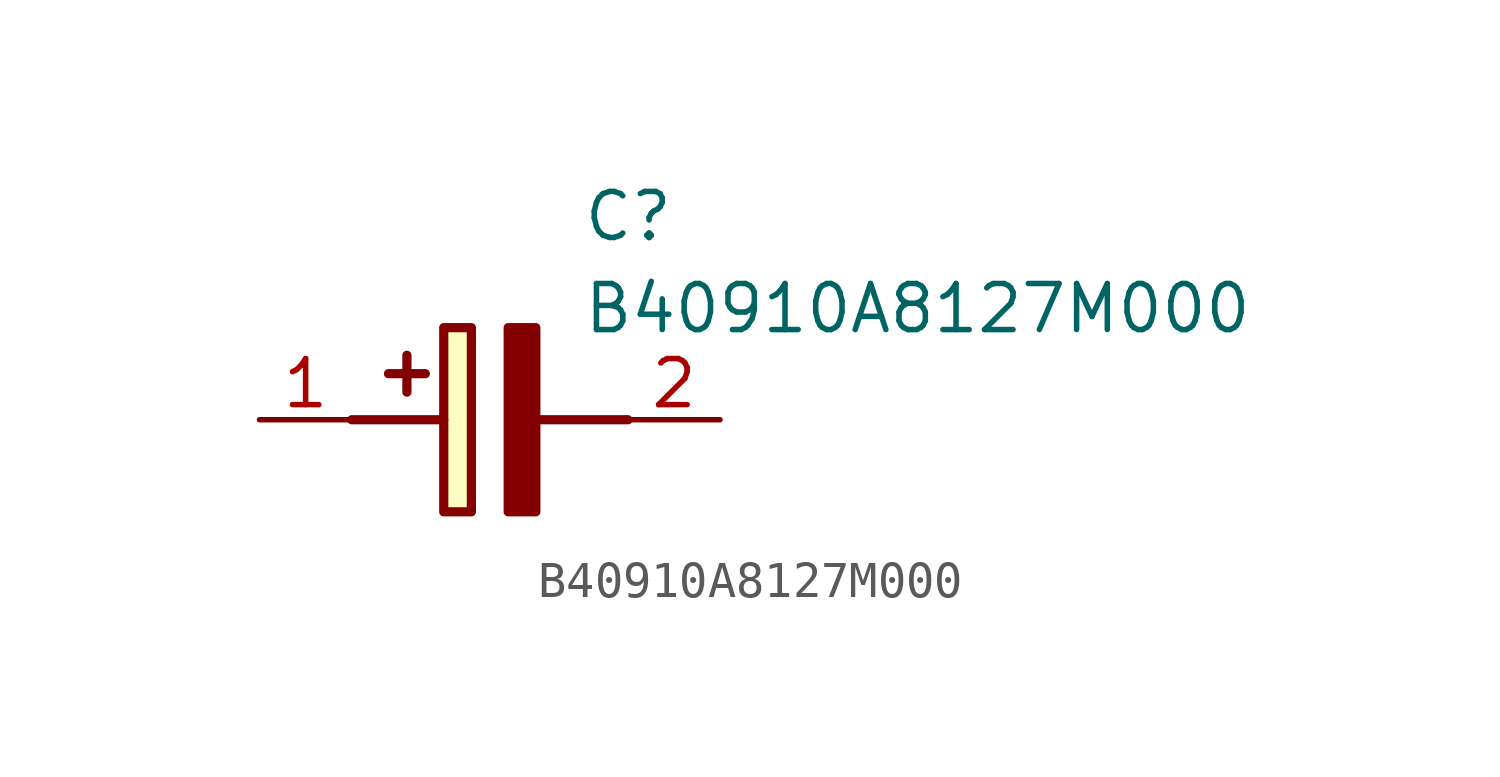
<source format=kicad_sym>
(kicad_symbol_lib
  (version 20211014)
  (generator SamacSys_ECAD_Model)
  (symbol "B40910A8127M000"
    (pin_names hide)
    (property "Reference" "C"
      (at 8.89 6.35 0)
      (effects (font (size 1.27 1.27)) (justify left top)))
    (property "Value" "B40910A8127M000"
      (at 8.89 3.81 0)
      (effects (font (size 1.27 1.27)) (justify left top)))
    (rectangle
      (start 5.08 2.54)
      (end 5.842 -2.54)
      (stroke (width 0.254) (type default))
      (fill (type background)))
    (polyline
      (pts (xy 4.572 1.27) (xy 3.556 1.27))
      (stroke (width 0.254) (type default))
      (fill (type none)))
    (polyline
      (pts (xy 4.064 1.778) (xy 4.064 0.762))
      (stroke (width 0.254) (type default))
      (fill (type none)))
    (polyline
      (pts (xy 2.54 0) (xy 5.08 0))
      (stroke (width 0.254) (type default))
      (fill (type none)))
    (polyline
      (pts (xy 7.62 0) (xy 10.16 0))
      (stroke (width 0.254) (type default))
      (fill (type none)))
    (polyline
      (pts (xy 7.62 2.54) (xy 7.62 -2.54) (xy 6.858 -2.54) (xy 6.858 2.54) (xy 7.62 2.54))
      (stroke (width 0.254) (type default))
      (fill (type outline)))
    (pin passive line
      (at 0 0 0)
      (length 2.54)
      (name "+" (effects (font (size 1.27 1.27))))
      (number "1" (effects (font (size 1.27 1.27)))))
    (pin passive line
      (at 12.7 0 180)
      (length 2.54)
      (name "-" (effects (font (size 1.27 1.27))))
      (number "2" (effects (font (size 1.27 1.27)))))))
</source>
